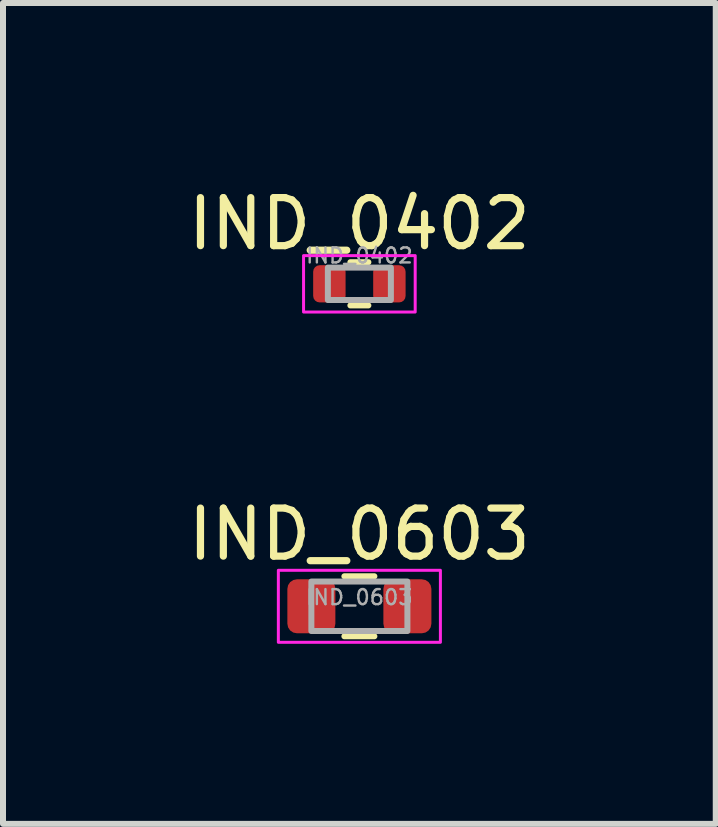
<source format=kicad_pcb>
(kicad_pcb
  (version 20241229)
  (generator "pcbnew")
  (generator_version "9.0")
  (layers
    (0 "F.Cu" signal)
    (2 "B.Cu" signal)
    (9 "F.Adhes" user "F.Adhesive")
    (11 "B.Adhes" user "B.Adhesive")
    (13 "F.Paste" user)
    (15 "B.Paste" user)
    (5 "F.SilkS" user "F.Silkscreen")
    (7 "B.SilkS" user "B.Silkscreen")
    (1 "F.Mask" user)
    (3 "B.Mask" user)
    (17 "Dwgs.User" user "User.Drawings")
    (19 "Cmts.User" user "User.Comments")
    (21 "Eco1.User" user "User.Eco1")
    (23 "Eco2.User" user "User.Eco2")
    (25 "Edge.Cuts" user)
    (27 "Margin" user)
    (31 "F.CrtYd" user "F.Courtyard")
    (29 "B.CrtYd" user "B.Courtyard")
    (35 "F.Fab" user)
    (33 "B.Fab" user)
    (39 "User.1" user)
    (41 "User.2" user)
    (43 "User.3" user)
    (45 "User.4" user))
  (footprint "IND_0603"
    (layer "F.Cu")
    (at 2.938 7.052)
    (property "Reference" "IND_0603" (at 0 -1.2 0) (unlocked yes) (layer "F.SilkS") (effects (font (size 0.8 0.8) (thickness 0.12))))
    (attr smd)
    (fp_line (start -0.25 -0.5) (end 0.25 -0.5) (stroke (width 0.1) (type solid)) (layer "F.SilkS"))
    (fp_line (start -0.25 0.5) (end 0.25 0.5) (stroke (width 0.1) (type solid)) (layer "F.SilkS"))
    (fp_rect (start -1.35 -0.6) (end 1.35 0.6) (stroke (width 0.05) (type default)) (fill no) (layer "F.CrtYd"))
    (fp_rect (start -0.8 -0.412) (end 0.8 0.412) (stroke (width 0.1) (type default)) (fill no) (layer "F.Fab"))
    (fp_text user "${REFERENCE}" (at 0 -0.15 0) (layer "F.Fab") (effects (font (size 0.25 0.25) (thickness 0.04))))
    (pad "1" smd roundrect (at -0.8 0) (size 0.8 0.9) (layers "F.Cu" "F.Mask" "F.Paste") (roundrect_rratio 0.2))
    (pad "2" smd roundrect (at 0.8 0) (size 0.8 0.9) (layers "F.Cu" "F.Mask" "F.Paste") (roundrect_rratio 0.2)))
  (footprint "IND_0402"
    (layer "F.Cu")
    (at 2.938 1.679)
    (property "Reference" "IND_0402" (at 0 -1 0) (unlocked yes) (layer "F.SilkS") (effects (font (size 0.8 0.8) (thickness 0.12))))
    (attr smd)
    (fp_line (start -0.15 -0.36) (end 0.15 -0.36) (stroke (width 0.1) (type solid)) (layer "F.SilkS"))
    (fp_line (start -0.15 0.36) (end 0.15 0.36) (stroke (width 0.1) (type solid)) (layer "F.SilkS"))
    (fp_rect (start -0.93 -0.47) (end 0.93 0.47) (stroke (width 0.05) (type default)) (fill no) (layer "F.CrtYd"))
    (fp_rect (start -0.525 -0.27) (end 0.525 0.27) (stroke (width 0.1) (type default)) (fill no) (layer "F.Fab"))
    (fp_text user "${REFERENCE}" (at 0 -0.47 0) (layer "F.Fab") (effects (font (size 0.25 0.25) (thickness 0.04))))
    (pad "1" smd roundrect (at -0.5 0) (size 0.54 0.62) (layers "F.Cu" "F.Mask" "F.Paste") (roundrect_rratio 0.2))
    (pad "2" smd roundrect (at 0.5 0) (size 0.54 0.62) (layers "F.Cu" "F.Mask" "F.Paste") (roundrect_rratio 0.2)))
  (gr_rect
    (start -3 -3)
    (end 8.876 10.677)
    (stroke (width 0.1) (type default))
    (fill no)
    (layer "Edge.Cuts")))
</source>
